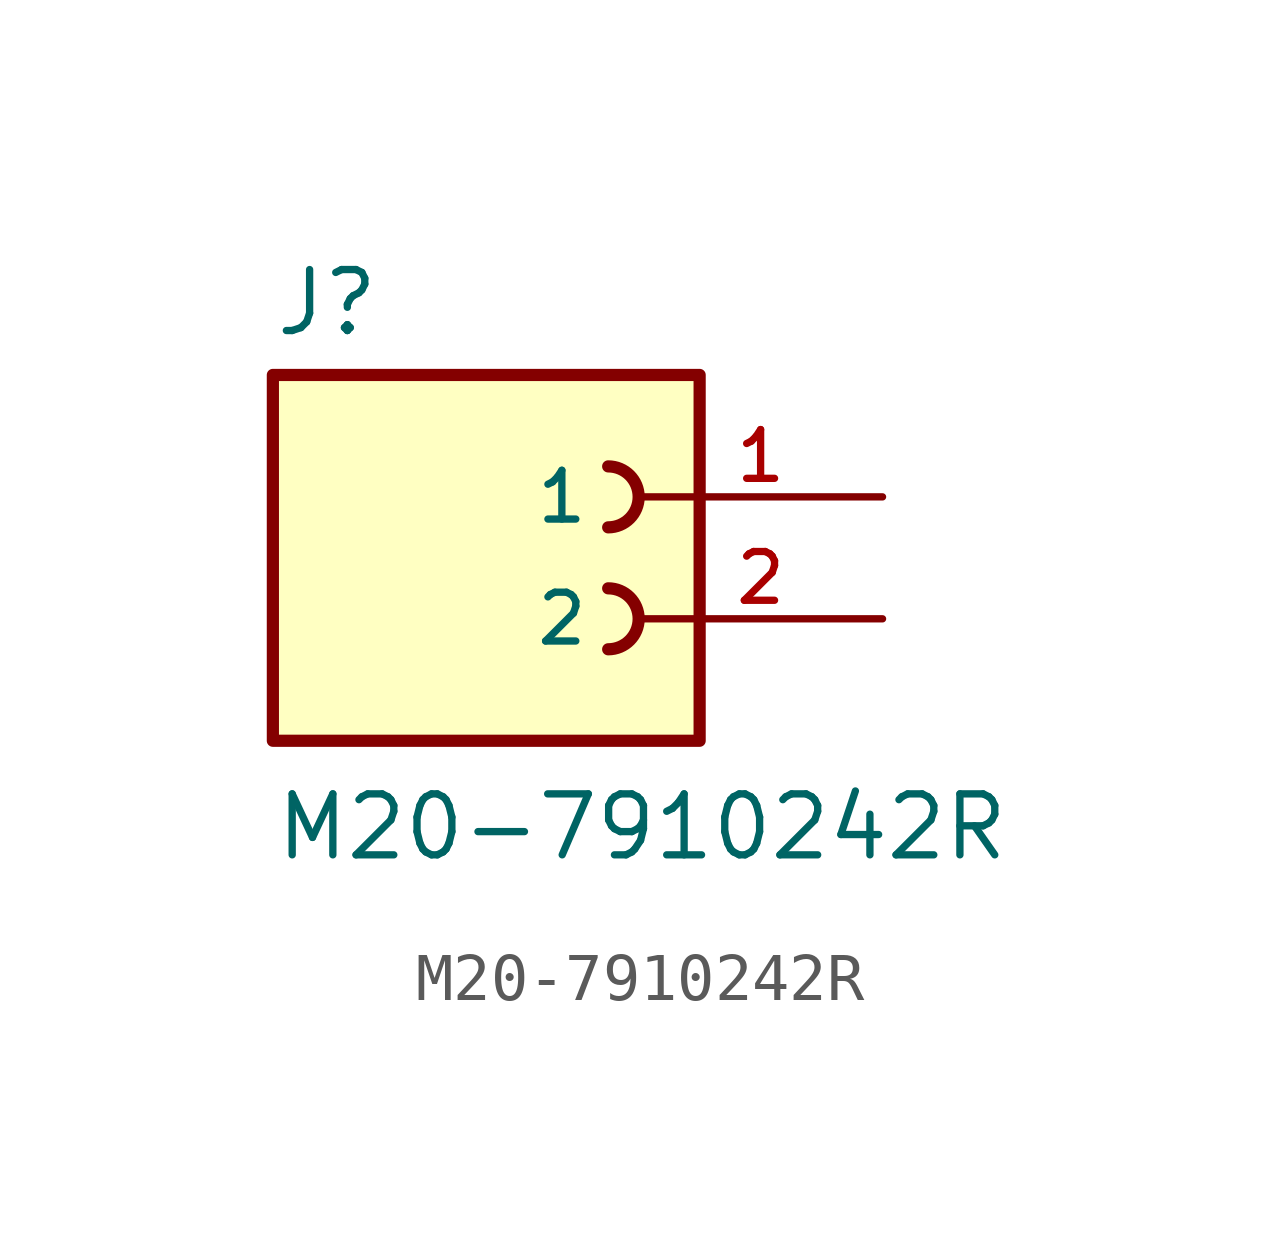
<source format=kicad_sym>
(kicad_symbol_lib
  (version 20211014)
  (generator kicad_symbol_editor)
  (symbol "M20-7910242R"
    (pin_names
      (offset 1.016))
    (property "Reference" "J"
      (at -5.08 5.842 0)
      (effects (font (size 1.27 1.27)) (justify bottom left)))
    (property "Value" "M20-7910242R"
      (at -5.08 -5.08 0)
      (effects (font (size 1.27 1.27)) (justify bottom left)))
    (symbol "M20-7910242R_0_0"
      (arc (start 1.905 1.905) (mid 2.54 2.54) (end 1.905 3.175) (stroke (width 0.254) (type default) (color 0 0 0 0)) (fill (type none)))
      (arc (start 1.905 -0.635) (mid 2.54 0.0) (end 1.905 0.635) (stroke (width 0.254) (type default) (color 0 0 0 0)) (fill (type none)))
      (rectangle (start -5.08 -2.54) (end 3.81 5.08) (stroke (width 0.254)) (fill (type background)))
      (pin passive line (at 7.62 2.54 180.0) (length 5.08) (name "1" (effects (font (size 1.016 1.016)))) (number "1" (effects (font (size 1.016 1.016)))))
      (pin passive line (at 7.62 0.0 180.0) (length 5.08) (name "2" (effects (font (size 1.016 1.016)))) (number "2" (effects (font (size 1.016 1.016))))))))
</source>
